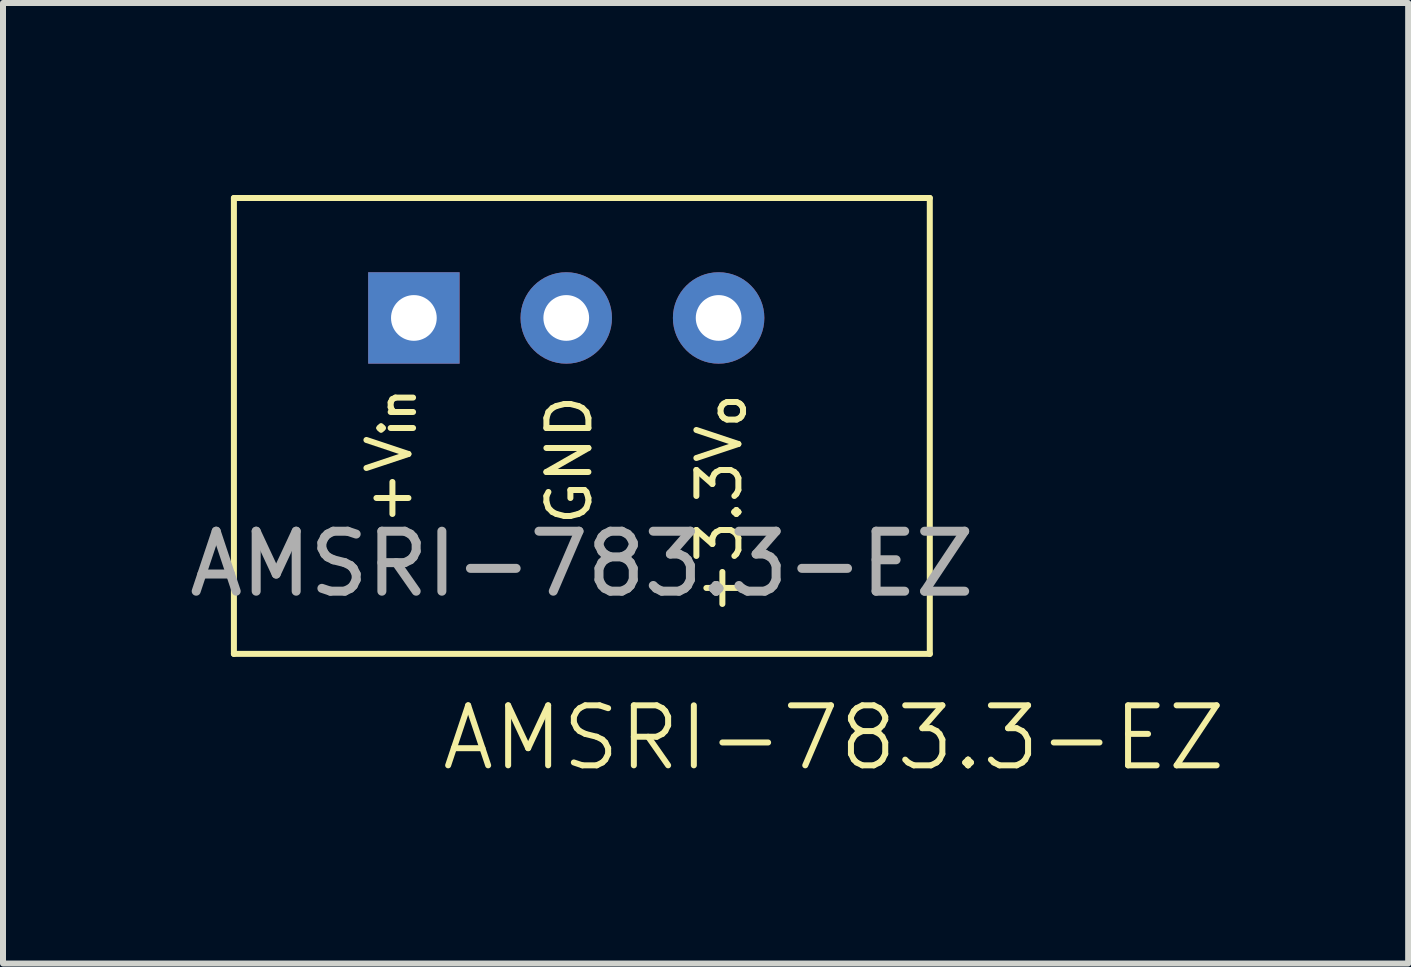
<source format=kicad_pcb>
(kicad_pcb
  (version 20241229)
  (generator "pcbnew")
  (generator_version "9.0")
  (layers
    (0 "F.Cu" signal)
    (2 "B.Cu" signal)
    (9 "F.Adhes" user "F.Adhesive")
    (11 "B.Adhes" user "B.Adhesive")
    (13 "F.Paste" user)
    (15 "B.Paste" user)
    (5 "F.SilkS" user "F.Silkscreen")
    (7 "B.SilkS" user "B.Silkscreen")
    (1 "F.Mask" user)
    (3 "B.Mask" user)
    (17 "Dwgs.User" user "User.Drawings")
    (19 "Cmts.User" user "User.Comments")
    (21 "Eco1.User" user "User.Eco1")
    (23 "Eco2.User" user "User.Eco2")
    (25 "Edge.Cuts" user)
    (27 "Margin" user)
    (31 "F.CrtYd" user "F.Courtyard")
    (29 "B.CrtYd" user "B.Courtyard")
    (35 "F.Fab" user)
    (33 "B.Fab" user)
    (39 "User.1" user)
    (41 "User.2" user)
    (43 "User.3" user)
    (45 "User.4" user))
  (footprint "AMSRI-783.3-EZ"
    (layer "F.Cu")
    (at 0.849 0.25)
    (property "Reference" "AMSRI-783.3-EZ" (at 10 9 0) (unlocked yes) (layer "F.SilkS") (effects (font (size 1 1) (thickness 0.1))))
    (attr through_hole)
    (fp_line (start 0 0) (end 11.6 0) (stroke (width 0.1) (type default)) (layer "F.SilkS"))
    (fp_line (start 0 7.6) (end 0 0) (stroke (width 0.1) (type default)) (layer "F.SilkS"))
    (fp_line (start 11.6 0) (end 11.6 7.6) (stroke (width 0.1) (type default)) (layer "F.SilkS"))
    (fp_line (start 11.6 7.6) (end 0 7.6) (stroke (width 0.1) (type default)) (layer "F.SilkS"))
    (fp_text user "+3.3V_{o}" (at 8.5 7 90) (unlocked yes) (layer "F.SilkS") (effects (font (size 0.7 0.7) (thickness 0.1)) (justify left bottom)))
    (fp_text user "+V_{in}" (at 3 5.5 90) (unlocked yes) (layer "F.SilkS") (effects (font (size 0.7 0.7) (thickness 0.1)) (justify left bottom)))
    (fp_text user "GND" (at 6 5.5 90) (unlocked yes) (layer "F.SilkS") (effects (font (size 0.7 0.7) (thickness 0.1)) (justify left bottom)))
    (fp_text user "${REFERENCE}" (at 5.8 6.1 0) (unlocked yes) (layer "F.Fab") (effects (font (size 1 1) (thickness 0.15))))
    (pad "1" thru_hole rect (at 3 2) (size 1.524 1.524) (drill 0.762) (layers "*.Cu" "*.Mask"))
    (pad "2" thru_hole circle (at 5.54 2) (size 1.524 1.524) (drill 0.762) (layers "*.Cu" "*.Mask"))
    (pad "3" thru_hole circle (at 8.08 2) (size 1.524 1.524) (drill 0.762) (layers "*.Cu" "*.Mask"))
    (zone (net_name "") (layer "F.SilkS") (hatch edge 0.5) (connect_pads) (min_thickness 0.25) (filled_areas_thickness no) (keepout (tracks allowed) (vias allowed) (pads not_allowed) (copperpour allowed) (footprints not_allowed)) (placement (enabled no)) (fill) (polygon (pts (xy 0.849 0.25) (xy 12.449 0.25) (xy 12.449 7.85) (xy 0.849 7.85)))))
  (gr_rect
    (start -3 -3)
    (end 20.423 13.011)
    (stroke (width 0.1) (type default))
    (fill no)
    (layer "Edge.Cuts")))
</source>
